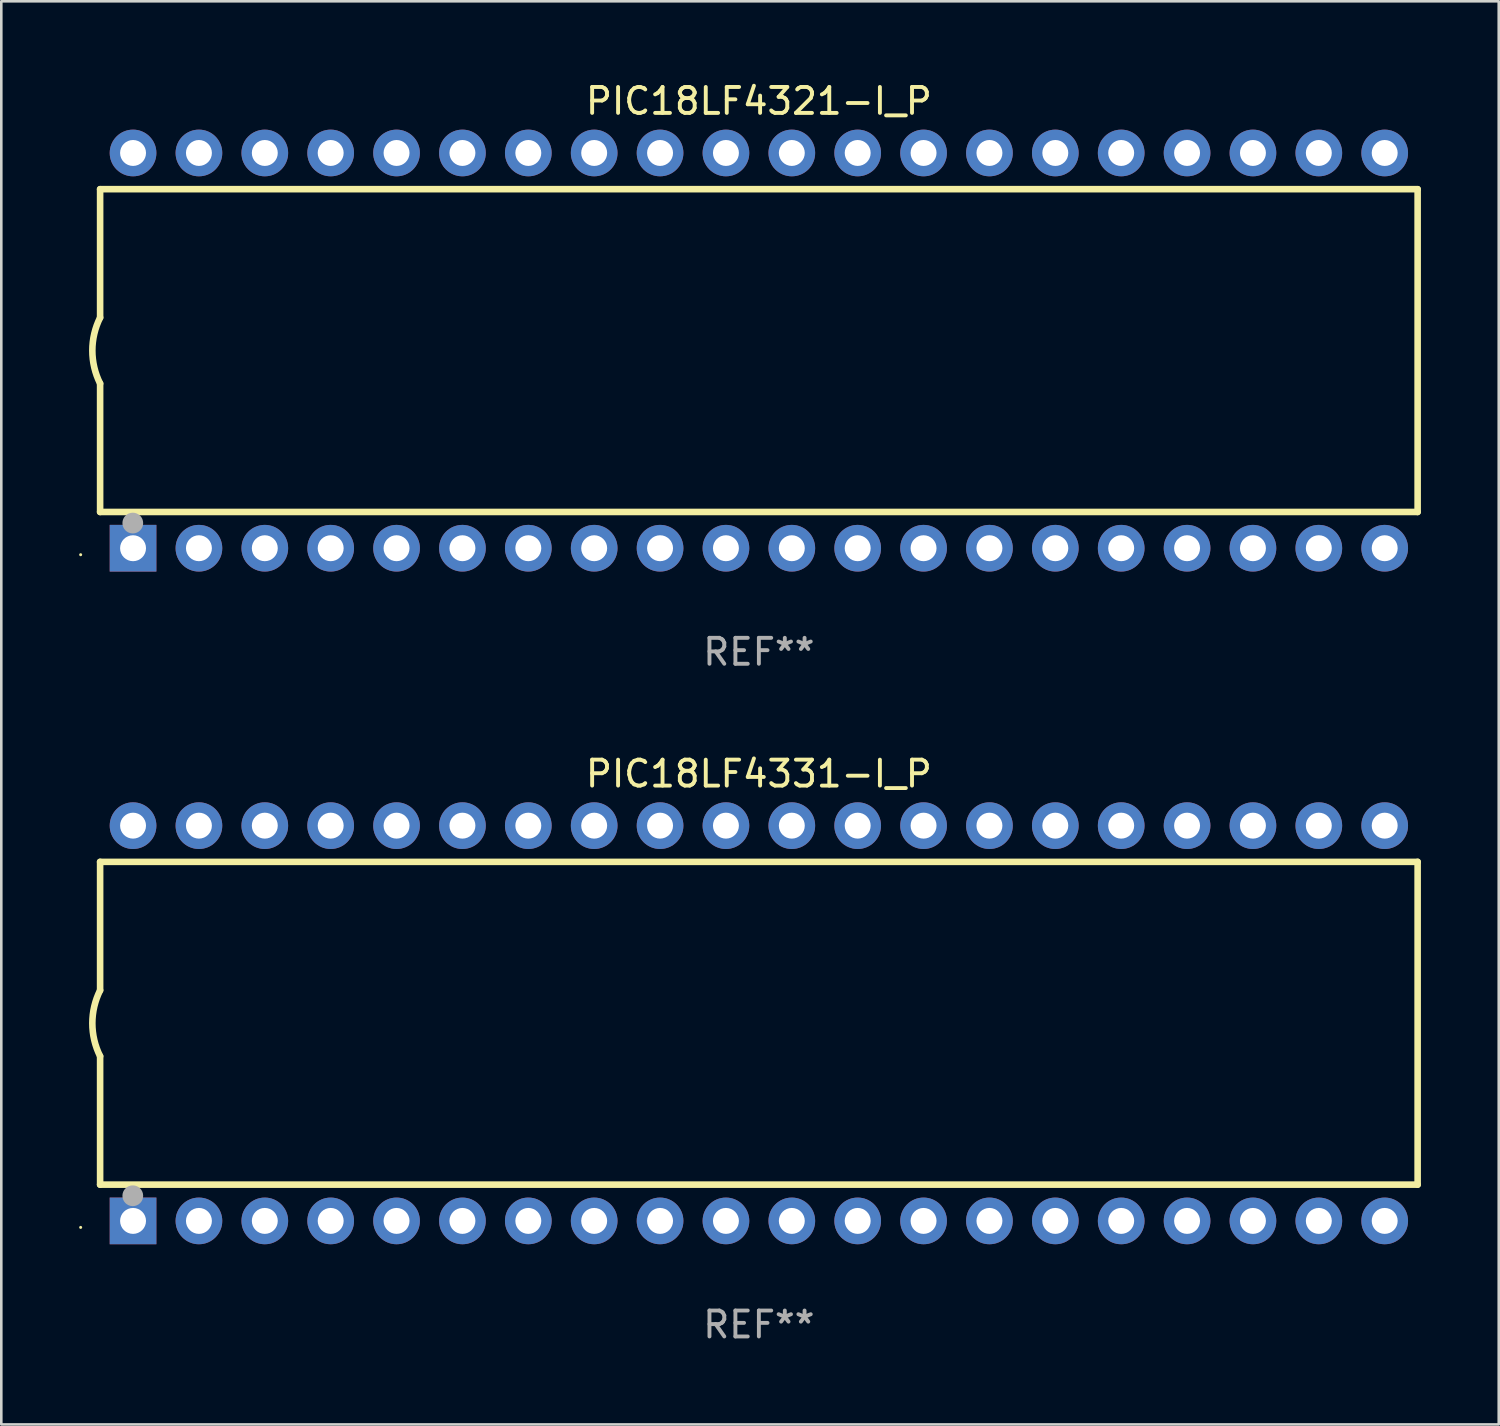
<source format=kicad_pcb>
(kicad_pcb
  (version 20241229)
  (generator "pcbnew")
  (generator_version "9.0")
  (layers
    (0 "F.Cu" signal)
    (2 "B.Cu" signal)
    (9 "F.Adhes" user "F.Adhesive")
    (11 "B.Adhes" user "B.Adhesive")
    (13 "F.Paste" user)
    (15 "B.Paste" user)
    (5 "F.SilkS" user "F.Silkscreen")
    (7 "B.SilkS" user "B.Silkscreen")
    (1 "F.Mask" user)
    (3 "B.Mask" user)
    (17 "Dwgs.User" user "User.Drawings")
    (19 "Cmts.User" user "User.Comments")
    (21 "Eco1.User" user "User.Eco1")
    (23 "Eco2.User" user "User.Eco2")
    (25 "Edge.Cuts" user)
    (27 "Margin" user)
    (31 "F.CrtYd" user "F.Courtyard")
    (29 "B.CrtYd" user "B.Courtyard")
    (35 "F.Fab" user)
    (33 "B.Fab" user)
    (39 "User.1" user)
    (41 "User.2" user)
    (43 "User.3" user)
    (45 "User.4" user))
  (footprint "PIC18LF4321-I_P"
    (layer "F.Cu")
    (at 26.21 10.468)
    (property "Reference" "PIC18LF4321-I_P" (at 0 -9.62 0) (layer "F.SilkS") (effects (font (size 1 1) (thickness 0.15))))
    (attr through_hole)
    (fp_line (start -25.4 -6.224) (end -25.4 -1.271) (stroke (width 0.254) (type solid)) (layer "F.SilkS"))
    (fp_line (start -25.4 -6.224) (end 25.4 -6.224) (stroke (width 0.254) (type solid)) (layer "F.SilkS"))
    (fp_line (start -25.4 1.269) (end -25.4 6.222) (stroke (width 0.254) (type solid)) (layer "F.SilkS"))
    (fp_line (start -25.4 6.222) (end 25.4 6.222) (stroke (width 0.254) (type solid)) (layer "F.SilkS"))
    (fp_line (start 25.4 6.222) (end 25.4 -6.224) (stroke (width 0.254) (type solid)) (layer "F.SilkS"))
    (fp_arc (start -25.4 1.269241) (mid -25.699807 -0.000762) (end -25.4 -1.270765) (stroke (width 0.254001) (type solid)) (layer "F.SilkS"))
    (fp_circle (center -26.15 7.87) (end -26.12 7.87) (stroke (width 0.06) (type solid)) (fill no) (layer "F.SilkS"))
    (fp_circle (center -24.14 6.65) (end -23.94 6.65) (stroke (width 0.4) (type solid)) (fill no) (layer "F.Fab"))
    (fp_text user "REF**" (at 0 11.62 0) (layer "F.Fab") (effects (font (size 1 1) (thickness 0.15))))
    (pad "1" thru_hole rect (at -24.13 7.62 90) (size 1.8 1.8) (drill 1) (layers "*.Cu" "*.Mask"))
    (pad "2" thru_hole circle (at -21.59 7.62) (size 1.8 1.8) (drill 1) (layers "*.Cu" "*.Mask"))
    (pad "3" thru_hole circle (at -19.05 7.62) (size 1.8 1.8) (drill 1) (layers "*.Cu" "*.Mask"))
    (pad "4" thru_hole circle (at -16.51 7.62) (size 1.8 1.8) (drill 1) (layers "*.Cu" "*.Mask"))
    (pad "5" thru_hole circle (at -13.97 7.62) (size 1.8 1.8) (drill 1) (layers "*.Cu" "*.Mask"))
    (pad "6" thru_hole circle (at -11.43 7.62) (size 1.8 1.8) (drill 1) (layers "*.Cu" "*.Mask"))
    (pad "7" thru_hole circle (at -8.89 7.62) (size 1.8 1.8) (drill 1) (layers "*.Cu" "*.Mask"))
    (pad "8" thru_hole circle (at -6.35 7.62) (size 1.8 1.8) (drill 1) (layers "*.Cu" "*.Mask"))
    (pad "9" thru_hole circle (at -3.81 7.62) (size 1.8 1.8) (drill 1) (layers "*.Cu" "*.Mask"))
    (pad "10" thru_hole circle (at -1.27 7.62) (size 1.8 1.8) (drill 1) (layers "*.Cu" "*.Mask"))
    (pad "11" thru_hole circle (at 1.27 7.62) (size 1.8 1.8) (drill 1) (layers "*.Cu" "*.Mask"))
    (pad "12" thru_hole circle (at 3.81 7.62) (size 1.8 1.8) (drill 1) (layers "*.Cu" "*.Mask"))
    (pad "13" thru_hole circle (at 6.35 7.62) (size 1.8 1.8) (drill 1) (layers "*.Cu" "*.Mask"))
    (pad "14" thru_hole circle (at 8.89 7.62) (size 1.8 1.8) (drill 1) (layers "*.Cu" "*.Mask"))
    (pad "15" thru_hole circle (at 11.43 7.62) (size 1.8 1.8) (drill 1) (layers "*.Cu" "*.Mask"))
    (pad "16" thru_hole circle (at 13.97 7.62) (size 1.8 1.8) (drill 1) (layers "*.Cu" "*.Mask"))
    (pad "17" thru_hole circle (at 16.51 7.62) (size 1.8 1.8) (drill 1) (layers "*.Cu" "*.Mask"))
    (pad "18" thru_hole circle (at 19.05 7.62) (size 1.8 1.8) (drill 1) (layers "*.Cu" "*.Mask"))
    (pad "19" thru_hole circle (at 21.59 7.62) (size 1.8 1.8) (drill 1) (layers "*.Cu" "*.Mask"))
    (pad "20" thru_hole circle (at 24.13 7.62) (size 1.8 1.8) (drill 1) (layers "*.Cu" "*.Mask"))
    (pad "21" thru_hole circle (at 24.13 -7.62) (size 1.8 1.8) (drill 1) (layers "*.Cu" "*.Mask"))
    (pad "22" thru_hole circle (at 21.59 -7.62) (size 1.8 1.8) (drill 1) (layers "*.Cu" "*.Mask"))
    (pad "23" thru_hole circle (at 19.05 -7.62) (size 1.8 1.8) (drill 1) (layers "*.Cu" "*.Mask"))
    (pad "24" thru_hole circle (at 16.51 -7.62) (size 1.8 1.8) (drill 1) (layers "*.Cu" "*.Mask"))
    (pad "25" thru_hole circle (at 13.97 -7.62) (size 1.8 1.8) (drill 1) (layers "*.Cu" "*.Mask"))
    (pad "26" thru_hole circle (at 11.43 -7.62) (size 1.8 1.8) (drill 1) (layers "*.Cu" "*.Mask"))
    (pad "27" thru_hole circle (at 8.89 -7.62) (size 1.8 1.8) (drill 1) (layers "*.Cu" "*.Mask"))
    (pad "28" thru_hole circle (at 6.35 -7.62) (size 1.8 1.8) (drill 1) (layers "*.Cu" "*.Mask"))
    (pad "29" thru_hole circle (at 3.81 -7.62) (size 1.8 1.8) (drill 1) (layers "*.Cu" "*.Mask"))
    (pad "30" thru_hole circle (at 1.27 -7.62) (size 1.8 1.8) (drill 1) (layers "*.Cu" "*.Mask"))
    (pad "31" thru_hole circle (at -1.27 -7.62) (size 1.8 1.8) (drill 1) (layers "*.Cu" "*.Mask"))
    (pad "32" thru_hole circle (at -3.81 -7.62) (size 1.8 1.8) (drill 1) (layers "*.Cu" "*.Mask"))
    (pad "33" thru_hole circle (at -6.35 -7.62) (size 1.8 1.8) (drill 1) (layers "*.Cu" "*.Mask"))
    (pad "34" thru_hole circle (at -8.89 -7.62) (size 1.8 1.8) (drill 1) (layers "*.Cu" "*.Mask"))
    (pad "35" thru_hole circle (at -11.43 -7.62) (size 1.8 1.8) (drill 1) (layers "*.Cu" "*.Mask"))
    (pad "36" thru_hole circle (at -13.97 -7.62) (size 1.8 1.8) (drill 1) (layers "*.Cu" "*.Mask"))
    (pad "37" thru_hole circle (at -16.51 -7.62) (size 1.8 1.8) (drill 1) (layers "*.Cu" "*.Mask"))
    (pad "38" thru_hole circle (at -19.05 -7.62) (size 1.8 1.8) (drill 1) (layers "*.Cu" "*.Mask"))
    (pad "39" thru_hole circle (at -21.59 -7.62) (size 1.8 1.8) (drill 1) (layers "*.Cu" "*.Mask"))
    (pad "40" thru_hole circle (at -24.13 -7.62) (size 1.8 1.8) (drill 1) (layers "*.Cu" "*.Mask")))
  (footprint "PIC18LF4331-I_P"
    (layer "F.Cu")
    (at 26.21 36.405)
    (property "Reference" "PIC18LF4331-I_P" (at 0 -9.62 0) (layer "F.SilkS") (effects (font (size 1 1) (thickness 0.15))))
    (attr through_hole)
    (fp_line (start -25.4 -6.224) (end -25.4 -1.271) (stroke (width 0.254) (type solid)) (layer "F.SilkS"))
    (fp_line (start -25.4 -6.224) (end 25.4 -6.224) (stroke (width 0.254) (type solid)) (layer "F.SilkS"))
    (fp_line (start -25.4 1.269) (end -25.4 6.222) (stroke (width 0.254) (type solid)) (layer "F.SilkS"))
    (fp_line (start -25.4 6.222) (end 25.4 6.222) (stroke (width 0.254) (type solid)) (layer "F.SilkS"))
    (fp_line (start 25.4 6.222) (end 25.4 -6.224) (stroke (width 0.254) (type solid)) (layer "F.SilkS"))
    (fp_arc (start -25.4 1.269241) (mid -25.699807 -0.000762) (end -25.4 -1.270765) (stroke (width 0.254001) (type solid)) (layer "F.SilkS"))
    (fp_circle (center -26.15 7.87) (end -26.12 7.87) (stroke (width 0.06) (type solid)) (fill no) (layer "F.SilkS"))
    (fp_circle (center -24.14 6.65) (end -23.94 6.65) (stroke (width 0.4) (type solid)) (fill no) (layer "F.Fab"))
    (fp_text user "REF**" (at 0 11.62 0) (layer "F.Fab") (effects (font (size 1 1) (thickness 0.15))))
    (pad "1" thru_hole rect (at -24.13 7.62 90) (size 1.8 1.8) (drill 1) (layers "*.Cu" "*.Mask"))
    (pad "2" thru_hole circle (at -21.59 7.62) (size 1.8 1.8) (drill 1) (layers "*.Cu" "*.Mask"))
    (pad "3" thru_hole circle (at -19.05 7.62) (size 1.8 1.8) (drill 1) (layers "*.Cu" "*.Mask"))
    (pad "4" thru_hole circle (at -16.51 7.62) (size 1.8 1.8) (drill 1) (layers "*.Cu" "*.Mask"))
    (pad "5" thru_hole circle (at -13.97 7.62) (size 1.8 1.8) (drill 1) (layers "*.Cu" "*.Mask"))
    (pad "6" thru_hole circle (at -11.43 7.62) (size 1.8 1.8) (drill 1) (layers "*.Cu" "*.Mask"))
    (pad "7" thru_hole circle (at -8.89 7.62) (size 1.8 1.8) (drill 1) (layers "*.Cu" "*.Mask"))
    (pad "8" thru_hole circle (at -6.35 7.62) (size 1.8 1.8) (drill 1) (layers "*.Cu" "*.Mask"))
    (pad "9" thru_hole circle (at -3.81 7.62) (size 1.8 1.8) (drill 1) (layers "*.Cu" "*.Mask"))
    (pad "10" thru_hole circle (at -1.27 7.62) (size 1.8 1.8) (drill 1) (layers "*.Cu" "*.Mask"))
    (pad "11" thru_hole circle (at 1.27 7.62) (size 1.8 1.8) (drill 1) (layers "*.Cu" "*.Mask"))
    (pad "12" thru_hole circle (at 3.81 7.62) (size 1.8 1.8) (drill 1) (layers "*.Cu" "*.Mask"))
    (pad "13" thru_hole circle (at 6.35 7.62) (size 1.8 1.8) (drill 1) (layers "*.Cu" "*.Mask"))
    (pad "14" thru_hole circle (at 8.89 7.62) (size 1.8 1.8) (drill 1) (layers "*.Cu" "*.Mask"))
    (pad "15" thru_hole circle (at 11.43 7.62) (size 1.8 1.8) (drill 1) (layers "*.Cu" "*.Mask"))
    (pad "16" thru_hole circle (at 13.97 7.62) (size 1.8 1.8) (drill 1) (layers "*.Cu" "*.Mask"))
    (pad "17" thru_hole circle (at 16.51 7.62) (size 1.8 1.8) (drill 1) (layers "*.Cu" "*.Mask"))
    (pad "18" thru_hole circle (at 19.05 7.62) (size 1.8 1.8) (drill 1) (layers "*.Cu" "*.Mask"))
    (pad "19" thru_hole circle (at 21.59 7.62) (size 1.8 1.8) (drill 1) (layers "*.Cu" "*.Mask"))
    (pad "20" thru_hole circle (at 24.13 7.62) (size 1.8 1.8) (drill 1) (layers "*.Cu" "*.Mask"))
    (pad "21" thru_hole circle (at 24.13 -7.62) (size 1.8 1.8) (drill 1) (layers "*.Cu" "*.Mask"))
    (pad "22" thru_hole circle (at 21.59 -7.62) (size 1.8 1.8) (drill 1) (layers "*.Cu" "*.Mask"))
    (pad "23" thru_hole circle (at 19.05 -7.62) (size 1.8 1.8) (drill 1) (layers "*.Cu" "*.Mask"))
    (pad "24" thru_hole circle (at 16.51 -7.62) (size 1.8 1.8) (drill 1) (layers "*.Cu" "*.Mask"))
    (pad "25" thru_hole circle (at 13.97 -7.62) (size 1.8 1.8) (drill 1) (layers "*.Cu" "*.Mask"))
    (pad "26" thru_hole circle (at 11.43 -7.62) (size 1.8 1.8) (drill 1) (layers "*.Cu" "*.Mask"))
    (pad "27" thru_hole circle (at 8.89 -7.62) (size 1.8 1.8) (drill 1) (layers "*.Cu" "*.Mask"))
    (pad "28" thru_hole circle (at 6.35 -7.62) (size 1.8 1.8) (drill 1) (layers "*.Cu" "*.Mask"))
    (pad "29" thru_hole circle (at 3.81 -7.62) (size 1.8 1.8) (drill 1) (layers "*.Cu" "*.Mask"))
    (pad "30" thru_hole circle (at 1.27 -7.62) (size 1.8 1.8) (drill 1) (layers "*.Cu" "*.Mask"))
    (pad "31" thru_hole circle (at -1.27 -7.62) (size 1.8 1.8) (drill 1) (layers "*.Cu" "*.Mask"))
    (pad "32" thru_hole circle (at -3.81 -7.62) (size 1.8 1.8) (drill 1) (layers "*.Cu" "*.Mask"))
    (pad "33" thru_hole circle (at -6.35 -7.62) (size 1.8 1.8) (drill 1) (layers "*.Cu" "*.Mask"))
    (pad "34" thru_hole circle (at -8.89 -7.62) (size 1.8 1.8) (drill 1) (layers "*.Cu" "*.Mask"))
    (pad "35" thru_hole circle (at -11.43 -7.62) (size 1.8 1.8) (drill 1) (layers "*.Cu" "*.Mask"))
    (pad "36" thru_hole circle (at -13.97 -7.62) (size 1.8 1.8) (drill 1) (layers "*.Cu" "*.Mask"))
    (pad "37" thru_hole circle (at -16.51 -7.62) (size 1.8 1.8) (drill 1) (layers "*.Cu" "*.Mask"))
    (pad "38" thru_hole circle (at -19.05 -7.62) (size 1.8 1.8) (drill 1) (layers "*.Cu" "*.Mask"))
    (pad "39" thru_hole circle (at -21.59 -7.62) (size 1.8 1.8) (drill 1) (layers "*.Cu" "*.Mask"))
    (pad "40" thru_hole circle (at -24.13 -7.62) (size 1.8 1.8) (drill 1) (layers "*.Cu" "*.Mask")))
  (gr_rect
    (start -3 -3)
    (end 54.737 51.873)
    (stroke (width 0.1) (type default))
    (fill no)
    (layer "Edge.Cuts")))
</source>
